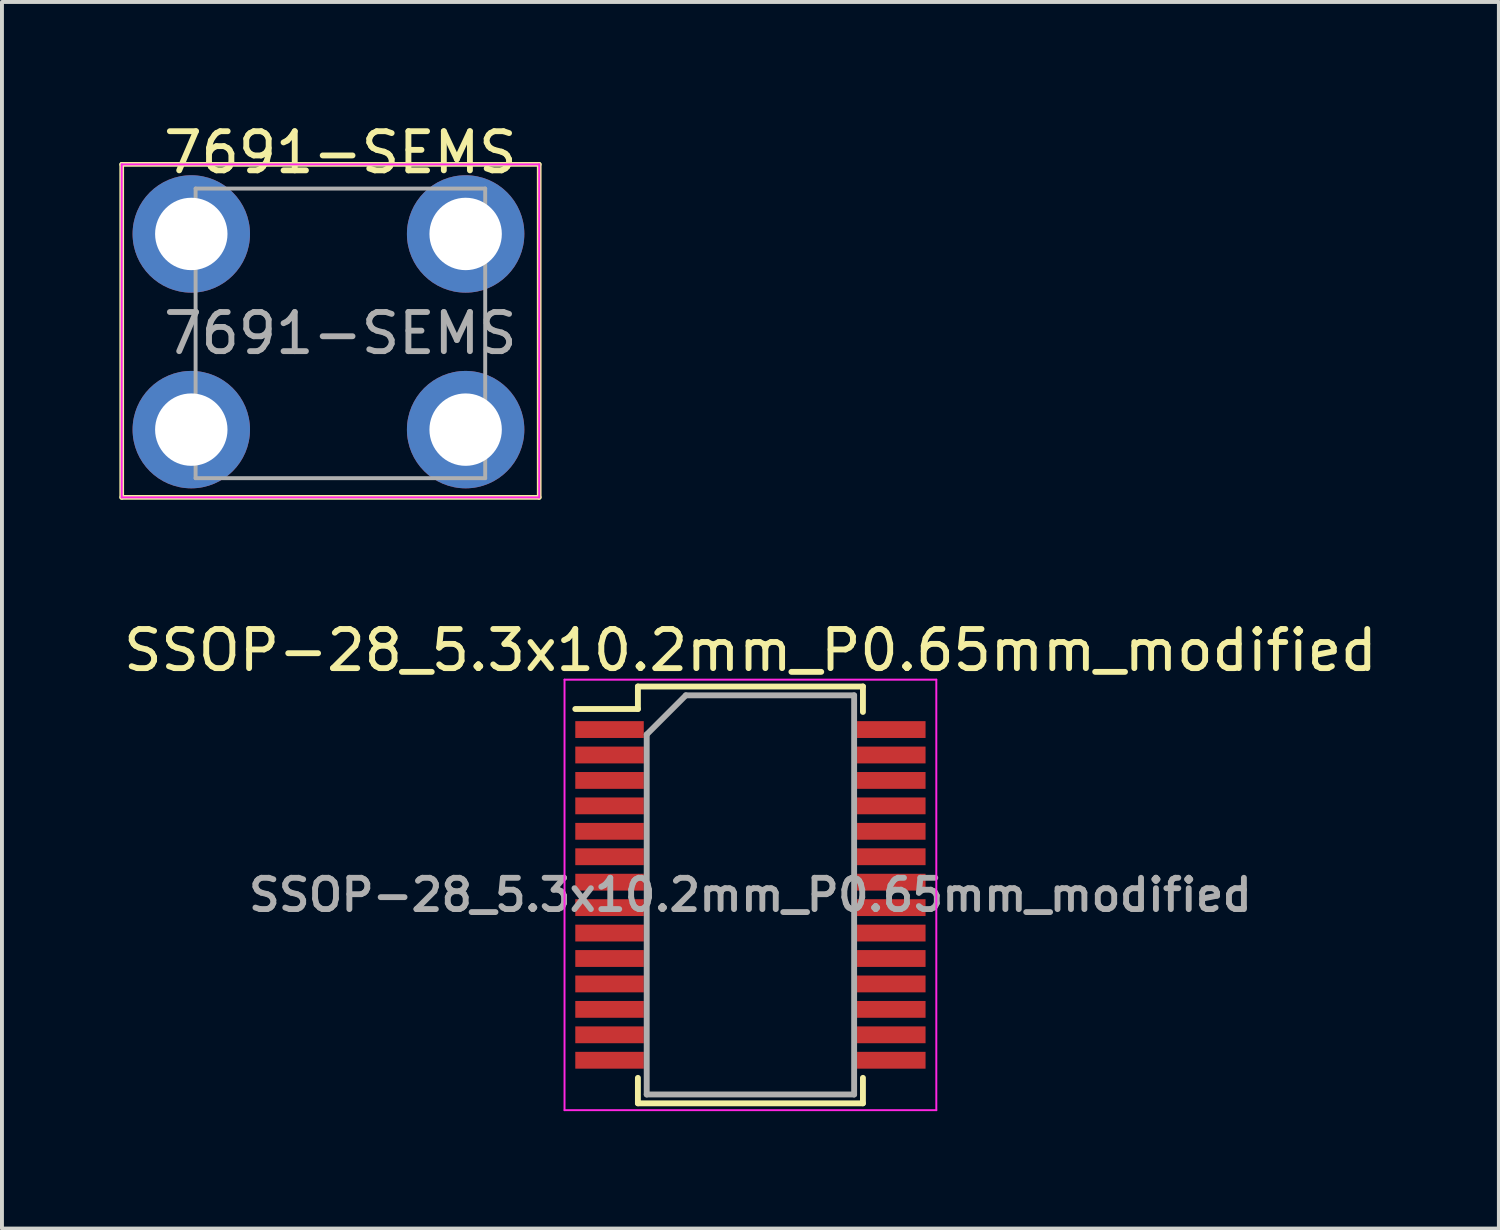
<source format=kicad_pcb>
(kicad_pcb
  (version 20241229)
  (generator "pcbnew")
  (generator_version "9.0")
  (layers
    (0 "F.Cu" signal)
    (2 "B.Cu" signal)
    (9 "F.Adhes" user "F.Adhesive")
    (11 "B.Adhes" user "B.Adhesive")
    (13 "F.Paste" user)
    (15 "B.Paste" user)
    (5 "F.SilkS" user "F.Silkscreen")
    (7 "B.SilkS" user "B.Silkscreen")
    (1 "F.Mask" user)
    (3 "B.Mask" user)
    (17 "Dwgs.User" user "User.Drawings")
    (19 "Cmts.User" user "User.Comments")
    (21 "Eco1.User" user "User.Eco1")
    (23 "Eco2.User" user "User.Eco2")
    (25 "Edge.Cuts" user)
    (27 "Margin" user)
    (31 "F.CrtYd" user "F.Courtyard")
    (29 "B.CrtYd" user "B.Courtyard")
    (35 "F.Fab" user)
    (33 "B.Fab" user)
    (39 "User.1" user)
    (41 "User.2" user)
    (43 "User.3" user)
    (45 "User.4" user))
  (footprint "7691-SEMS"
    (layer "F.Cu")
    (at 1.838 2.928)
    (property "Reference" "7691-SEMS" (at 3.81 -2.08 0) (layer "F.SilkS") (effects (font (size 1 1) (thickness 0.15))))
    (attr through_hole)
    (fp_line (start -1.778 -1.778) (end -1.778 6.731) (stroke (width 0.12) (type solid)) (layer "F.SilkS"))
    (fp_line (start -1.778 -1.778) (end 8.89 -1.778) (stroke (width 0.12) (type solid)) (layer "F.SilkS"))
    (fp_line (start -1.778 6.731) (end 8.89 6.731) (stroke (width 0.12) (type solid)) (layer "F.SilkS"))
    (fp_line (start 8.89 -1.778) (end 8.89 6.731) (stroke (width 0.12) (type solid)) (layer "F.SilkS"))
    (fp_line (start -1.778 -1.778) (end -1.778 6.731) (stroke (width 0.05) (type solid)) (layer "F.CrtYd"))
    (fp_line (start -1.778 -1.778) (end 8.89 -1.778) (stroke (width 0.05) (type solid)) (layer "F.CrtYd"))
    (fp_line (start 8.89 6.731) (end -1.778 6.731) (stroke (width 0.05) (type solid)) (layer "F.CrtYd"))
    (fp_line (start 8.89 6.731) (end 8.89 -1.778) (stroke (width 0.05) (type solid)) (layer "F.CrtYd"))
    (fp_line (start 0.11 -1.16) (end 7.51 -1.16) (stroke (width 0.1) (type solid)) (layer "F.Fab"))
    (fp_line (start 0.11 6.24) (end 0.11 -1.16) (stroke (width 0.1) (type solid)) (layer "F.Fab"))
    (fp_line (start 7.51 -1.16) (end 7.51 6.24) (stroke (width 0.1) (type solid)) (layer "F.Fab"))
    (fp_line (start 7.51 6.24) (end 0.11 6.24) (stroke (width 0.1) (type solid)) (layer "F.Fab"))
    (fp_text user "${REFERENCE}" (at 3.81 2.54 0) (layer "F.Fab") (effects (font (size 1 1) (thickness 0.15))))
    (pad "1" thru_hole circle (at 0 0) (size 3 3) (drill 1.85) (layers "*.Cu" "*.Mask"))
    (pad "1" thru_hole circle (at 0 5) (size 3 3) (drill 1.85) (layers "*.Cu" "*.Mask"))
    (pad "1" thru_hole circle (at 7.01 0) (size 3 3) (drill 1.85) (layers "*.Cu" "*.Mask"))
    (pad "1" thru_hole circle (at 7.01 5) (size 3 3) (drill 1.85) (layers "*.Cu" "*.Mask")))
  (footprint "SSOP-28_5.3x10.2mm_P0.65mm_modified"
    (layer "F.Cu")
    (at 16.125 19.817)
    (property "Reference" "SSOP-28_5.3x10.2mm_P0.65mm_modified" (at 0 -6.25 0) (layer "F.SilkS") (effects (font (size 1 1) (thickness 0.15))))
    (attr smd)
    (fp_line (start -2.875 -5.325) (end -2.875 -4.75) (stroke (width 0.15) (type solid)) (layer "F.SilkS"))
    (fp_line (start -2.875 -5.325) (end 2.875 -5.325) (stroke (width 0.15) (type solid)) (layer "F.SilkS"))
    (fp_line (start -2.875 -4.75) (end -4.475 -4.75) (stroke (width 0.15) (type solid)) (layer "F.SilkS"))
    (fp_line (start -2.875 5.325) (end -2.875 4.675) (stroke (width 0.15) (type solid)) (layer "F.SilkS"))
    (fp_line (start -2.875 5.325) (end 2.875 5.325) (stroke (width 0.15) (type solid)) (layer "F.SilkS"))
    (fp_line (start 2.875 -5.325) (end 2.875 -4.675) (stroke (width 0.15) (type solid)) (layer "F.SilkS"))
    (fp_line (start 2.875 5.325) (end 2.875 4.675) (stroke (width 0.15) (type solid)) (layer "F.SilkS"))
    (fp_line (start -4.75 -5.5) (end -4.75 5.5) (stroke (width 0.05) (type solid)) (layer "F.CrtYd"))
    (fp_line (start -4.75 -5.5) (end 4.75 -5.5) (stroke (width 0.05) (type solid)) (layer "F.CrtYd"))
    (fp_line (start -4.75 5.5) (end 4.75 5.5) (stroke (width 0.05) (type solid)) (layer "F.CrtYd"))
    (fp_line (start 4.75 -5.5) (end 4.75 5.5) (stroke (width 0.05) (type solid)) (layer "F.CrtYd"))
    (fp_line (start -2.65 -4.1) (end -1.65 -5.1) (stroke (width 0.15) (type solid)) (layer "F.Fab"))
    (fp_line (start -2.65 5.1) (end -2.65 -4.1) (stroke (width 0.15) (type solid)) (layer "F.Fab"))
    (fp_line (start -1.65 -5.1) (end 2.65 -5.1) (stroke (width 0.15) (type solid)) (layer "F.Fab"))
    (fp_line (start 2.65 -5.1) (end 2.65 5.1) (stroke (width 0.15) (type solid)) (layer "F.Fab"))
    (fp_line (start 2.65 5.1) (end -2.65 5.1) (stroke (width 0.15) (type solid)) (layer "F.Fab"))
    (fp_text user "${REFERENCE}" (at 0 0 0) (layer "F.Fab") (effects (font (size 0.8 0.8) (thickness 0.15))))
    (pad "1" smd rect (at -3.6 -4.225) (size 1.75 0.43) (layers "F.Cu" "F.Mask" "F.Paste"))
    (pad "2" smd rect (at -3.6 -3.575) (size 1.75 0.43) (layers "F.Cu" "F.Mask" "F.Paste"))
    (pad "3" smd rect (at -3.6 -2.925) (size 1.75 0.43) (layers "F.Cu" "F.Mask" "F.Paste"))
    (pad "4" smd rect (at -3.6 -2.275) (size 1.75 0.43) (layers "F.Cu" "F.Mask" "F.Paste"))
    (pad "5" smd rect (at -3.6 -1.625) (size 1.75 0.43) (layers "F.Cu" "F.Mask" "F.Paste"))
    (pad "6" smd rect (at -3.6 -0.975) (size 1.75 0.43) (layers "F.Cu" "F.Mask" "F.Paste"))
    (pad "7" smd rect (at -3.6 -0.325) (size 1.75 0.43) (layers "F.Cu" "F.Mask" "F.Paste"))
    (pad "8" smd rect (at -3.6 0.325) (size 1.75 0.43) (layers "F.Cu" "F.Mask" "F.Paste"))
    (pad "9" smd rect (at -3.6 0.975) (size 1.75 0.43) (layers "F.Cu" "F.Mask" "F.Paste"))
    (pad "10" smd rect (at -3.6 1.625) (size 1.75 0.43) (layers "F.Cu" "F.Mask" "F.Paste"))
    (pad "11" smd rect (at -3.6 2.275) (size 1.75 0.43) (layers "F.Cu" "F.Mask" "F.Paste"))
    (pad "12" smd rect (at -3.6 2.925) (size 1.75 0.43) (layers "F.Cu" "F.Mask" "F.Paste"))
    (pad "13" smd rect (at -3.6 3.575) (size 1.75 0.43) (layers "F.Cu" "F.Mask" "F.Paste"))
    (pad "14" smd rect (at -3.6 4.225) (size 1.75 0.43) (layers "F.Cu" "F.Mask" "F.Paste"))
    (pad "15" smd rect (at 3.6 4.225) (size 1.75 0.43) (layers "F.Cu" "F.Mask" "F.Paste"))
    (pad "16" smd rect (at 3.6 3.575) (size 1.75 0.43) (layers "F.Cu" "F.Mask" "F.Paste"))
    (pad "17" smd rect (at 3.6 2.925) (size 1.75 0.43) (layers "F.Cu" "F.Mask" "F.Paste"))
    (pad "18" smd rect (at 3.6 2.275) (size 1.75 0.43) (layers "F.Cu" "F.Mask" "F.Paste"))
    (pad "19" smd rect (at 3.6 1.625) (size 1.75 0.43) (layers "F.Cu" "F.Mask" "F.Paste"))
    (pad "20" smd rect (at 3.6 0.975) (size 1.75 0.43) (layers "F.Cu" "F.Mask" "F.Paste"))
    (pad "21" smd rect (at 3.6 0.325) (size 1.75 0.43) (layers "F.Cu" "F.Mask" "F.Paste"))
    (pad "22" smd rect (at 3.6 -0.325) (size 1.75 0.43) (layers "F.Cu" "F.Mask" "F.Paste"))
    (pad "23" smd rect (at 3.6 -0.975) (size 1.75 0.43) (layers "F.Cu" "F.Mask" "F.Paste"))
    (pad "24" smd rect (at 3.6 -1.625) (size 1.75 0.43) (layers "F.Cu" "F.Mask" "F.Paste"))
    (pad "25" smd rect (at 3.6 -2.275) (size 1.75 0.43) (layers "F.Cu" "F.Mask" "F.Paste"))
    (pad "26" smd rect (at 3.6 -2.925) (size 1.75 0.43) (layers "F.Cu" "F.Mask" "F.Paste"))
    (pad "27" smd rect (at 3.6 -3.575) (size 1.75 0.43) (layers "F.Cu" "F.Mask" "F.Paste"))
    (pad "28" smd rect (at 3.6 -4.225) (size 1.75 0.43) (layers "F.Cu" "F.Mask" "F.Paste")))
  (gr_rect
    (start -3 -3)
    (end 35.25 28.343)
    (stroke (width 0.1) (type default))
    (fill no)
    (layer "Edge.Cuts")))
</source>
